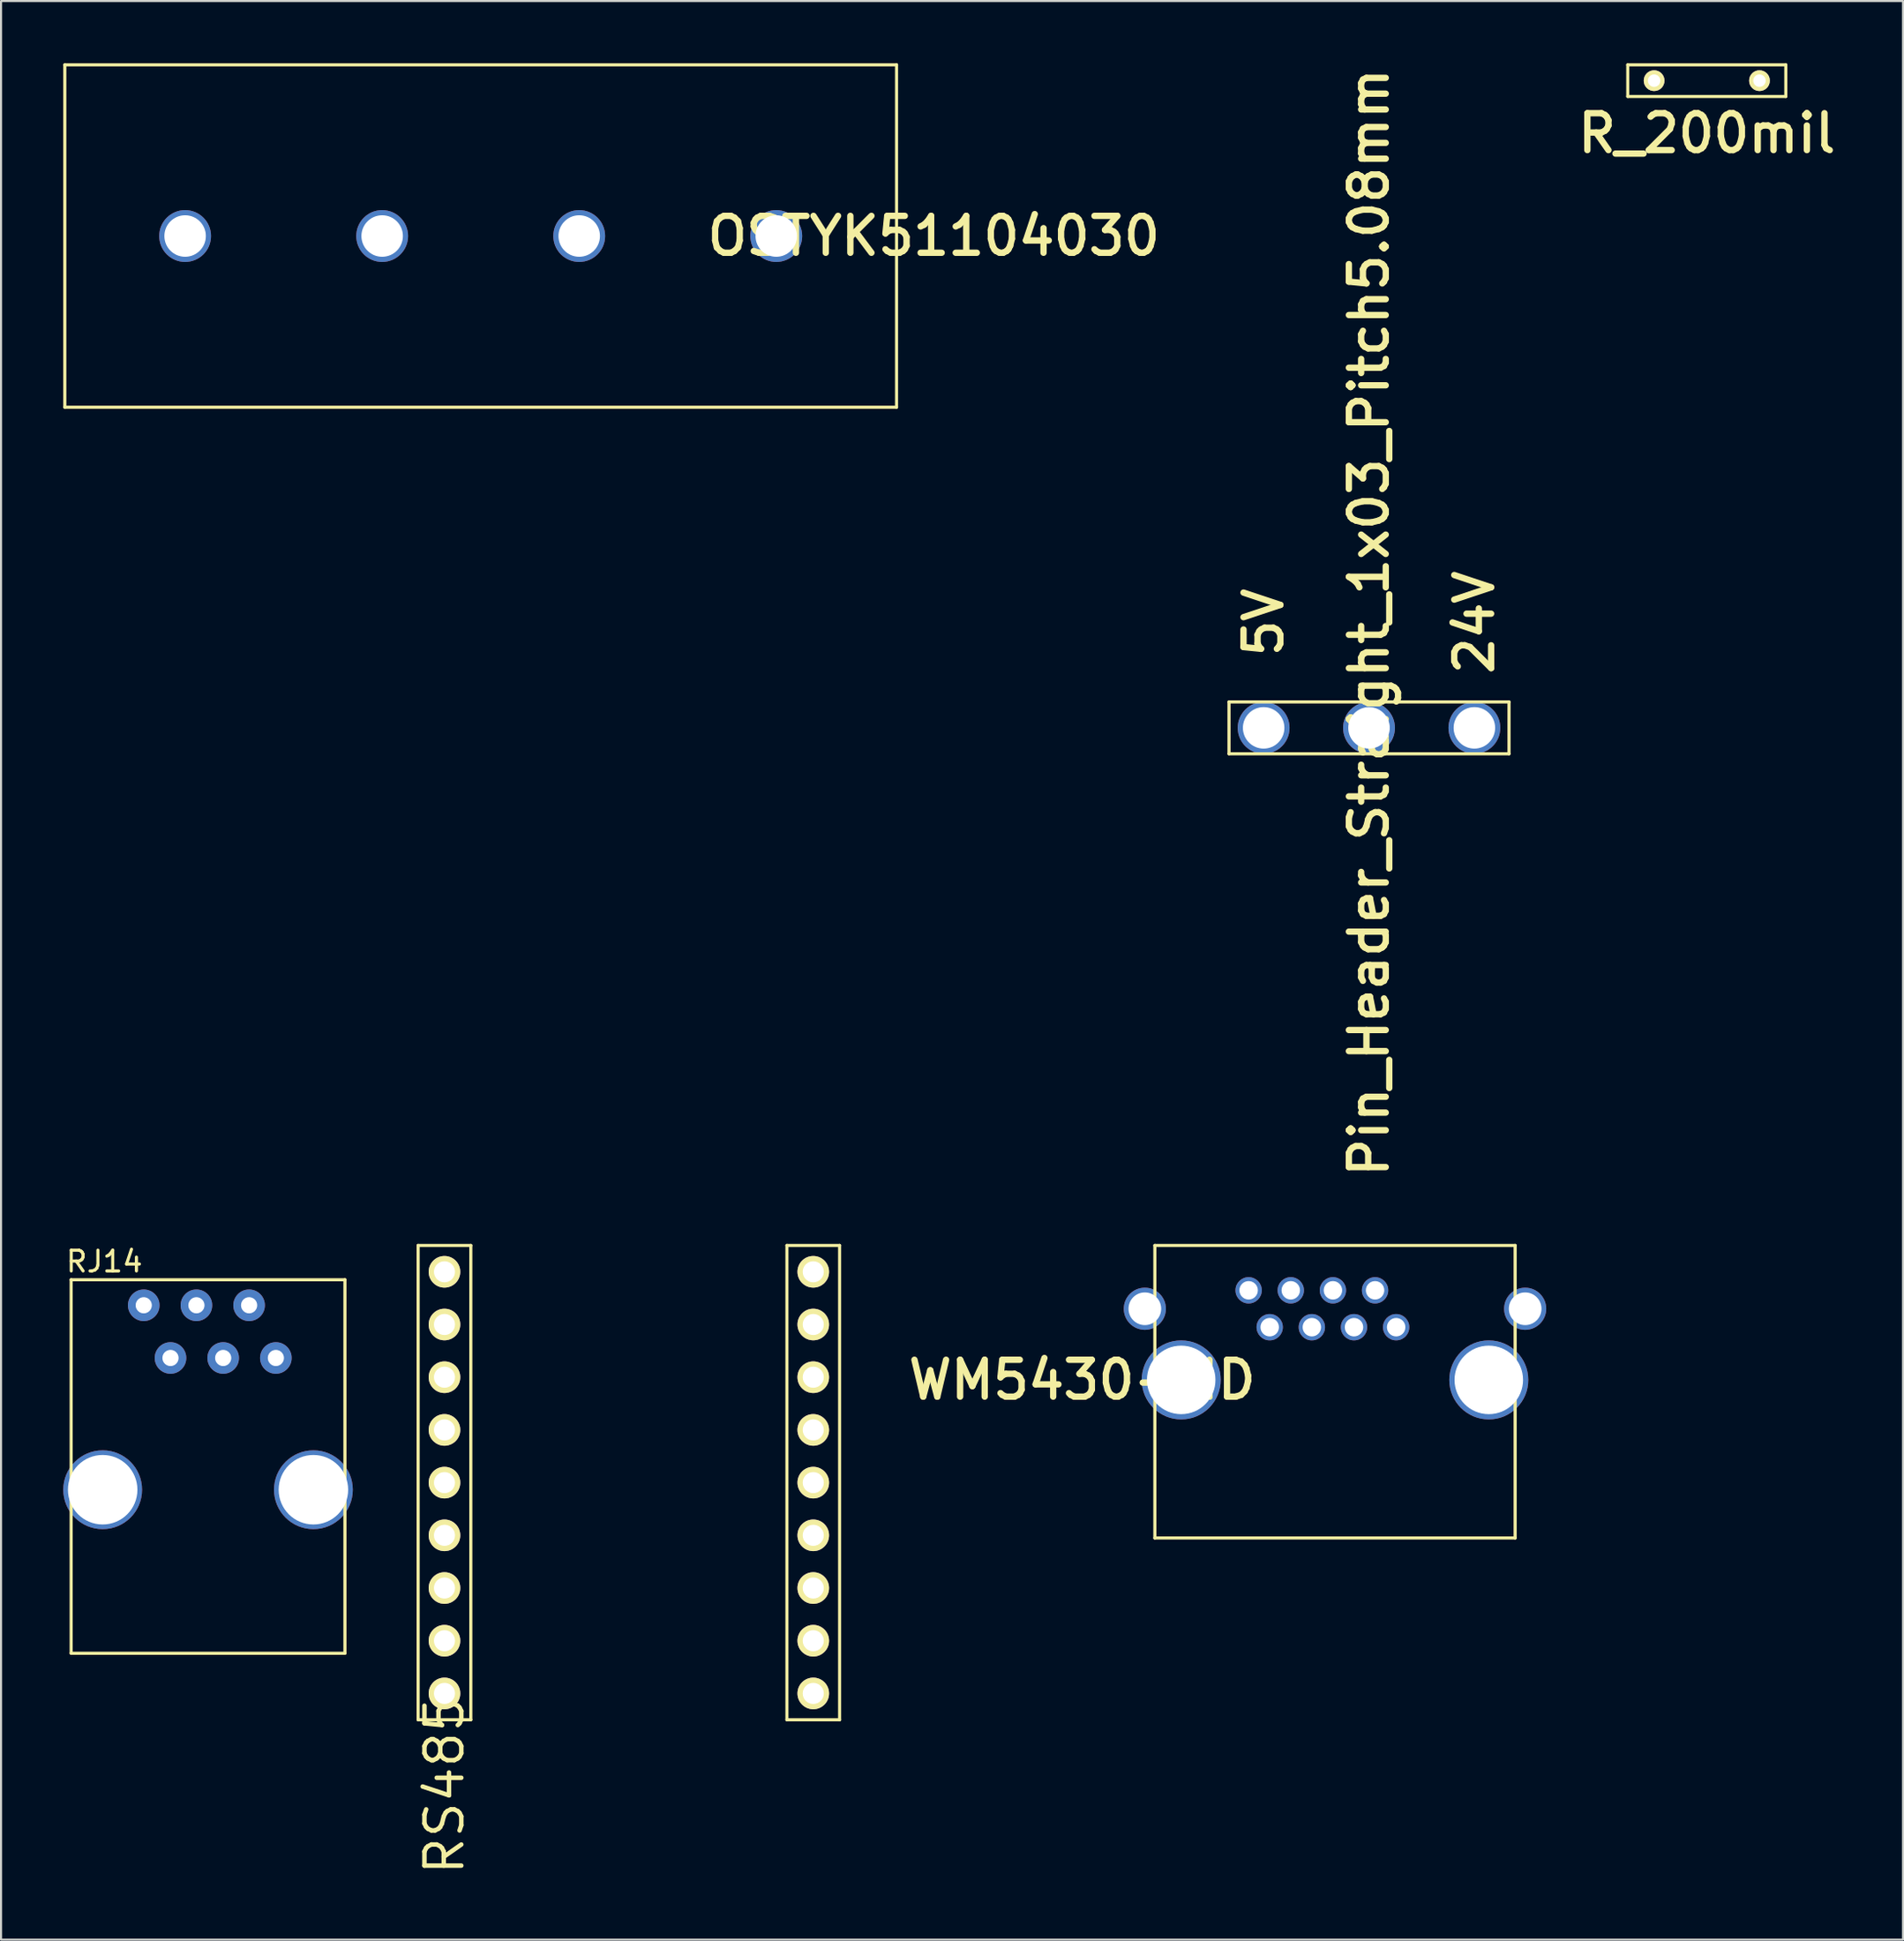
<source format=kicad_pcb>
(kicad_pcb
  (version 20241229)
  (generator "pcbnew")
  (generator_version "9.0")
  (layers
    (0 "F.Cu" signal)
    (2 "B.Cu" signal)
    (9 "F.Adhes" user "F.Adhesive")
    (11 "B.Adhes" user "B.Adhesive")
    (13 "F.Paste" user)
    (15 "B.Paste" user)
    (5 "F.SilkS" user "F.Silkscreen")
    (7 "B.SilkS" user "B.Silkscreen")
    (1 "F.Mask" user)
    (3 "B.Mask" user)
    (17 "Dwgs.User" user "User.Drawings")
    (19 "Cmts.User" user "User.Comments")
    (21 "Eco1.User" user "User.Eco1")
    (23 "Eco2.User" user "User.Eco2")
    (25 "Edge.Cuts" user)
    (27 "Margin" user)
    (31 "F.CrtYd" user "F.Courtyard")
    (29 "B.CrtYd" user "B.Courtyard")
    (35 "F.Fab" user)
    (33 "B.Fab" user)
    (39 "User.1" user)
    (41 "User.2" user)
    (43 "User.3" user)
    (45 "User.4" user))
  (footprint "RS485"
    (layer "F.Cu")
    (at 27.269 68.404)
    (property "Reference" "RS485" (at -8.89 14.605 90) (layer "F.SilkS") (effects (font (size 1.778 1.778) (thickness 0.216))))
    (attr through_hole)
    (fp_line (start -10.16 -11.43) (end -10.16 11.43) (stroke (width 0.15) (type solid)) (layer "F.SilkS"))
    (fp_line (start -10.16 11.43) (end -7.62 11.43) (stroke (width 0.15) (type solid)) (layer "F.SilkS"))
    (fp_line (start -7.62 -11.43) (end -10.16 -11.43) (stroke (width 0.15) (type solid)) (layer "F.SilkS"))
    (fp_line (start -7.62 11.43) (end -7.62 -11.43) (stroke (width 0.15) (type solid)) (layer "F.SilkS"))
    (fp_line (start 7.62 -11.43) (end 7.62 11.43) (stroke (width 0.15) (type solid)) (layer "F.SilkS"))
    (fp_line (start 7.62 11.43) (end 10.16 11.43) (stroke (width 0.15) (type solid)) (layer "F.SilkS"))
    (fp_line (start 10.16 -11.43) (end 7.62 -11.43) (stroke (width 0.15) (type solid)) (layer "F.SilkS"))
    (fp_line (start 10.16 11.43) (end 10.16 -11.43) (stroke (width 0.15) (type solid)) (layer "F.SilkS"))
    (pad "1" thru_hole circle (at -8.89 -10.16 270) (size 1.524 1.524) (drill 1.016) (layers "*.Cu" "*.Mask" "F.SilkS"))
    (pad "2" thru_hole circle (at 8.89 -10.16 270) (size 1.524 1.524) (drill 1.016) (layers "*.Cu" "*.Mask" "F.SilkS"))
    (pad "3" thru_hole circle (at -8.89 -7.62 270) (size 1.524 1.524) (drill 1.016) (layers "*.Cu" "*.Mask" "F.SilkS"))
    (pad "4" thru_hole circle (at 8.89 -7.62 270) (size 1.524 1.524) (drill 1.016) (layers "*.Cu" "*.Mask" "F.SilkS"))
    (pad "5" thru_hole circle (at -8.89 -5.08 270) (size 1.524 1.524) (drill 1.016) (layers "*.Cu" "*.Mask" "F.SilkS"))
    (pad "6" thru_hole circle (at 8.89 -5.08 270) (size 1.524 1.524) (drill 1.016) (layers "*.Cu" "*.Mask" "F.SilkS"))
    (pad "7" thru_hole circle (at -8.89 -2.54 270) (size 1.524 1.524) (drill 1.016) (layers "*.Cu" "*.Mask" "F.SilkS"))
    (pad "8" thru_hole circle (at 8.89 -2.54 270) (size 1.524 1.524) (drill 1.016) (layers "*.Cu" "*.Mask" "F.SilkS"))
    (pad "9" thru_hole circle (at -8.89 0 270) (size 1.524 1.524) (drill 1.016) (layers "*.Cu" "*.Mask" "F.SilkS"))
    (pad "10" thru_hole circle (at 8.89 0 270) (size 1.524 1.524) (drill 1.016) (layers "*.Cu" "*.Mask" "F.SilkS"))
    (pad "11" thru_hole circle (at -8.89 2.54 270) (size 1.524 1.524) (drill 1.016) (layers "*.Cu" "*.Mask" "F.SilkS"))
    (pad "12" thru_hole circle (at 8.89 2.54 270) (size 1.524 1.524) (drill 1.016) (layers "*.Cu" "*.Mask" "F.SilkS"))
    (pad "13" thru_hole circle (at -8.89 5.08 270) (size 1.524 1.524) (drill 1.016) (layers "*.Cu" "*.Mask" "F.SilkS"))
    (pad "14" thru_hole circle (at 8.89 5.08 270) (size 1.524 1.524) (drill 1.016) (layers "*.Cu" "*.Mask" "F.SilkS"))
    (pad "15" thru_hole circle (at -8.89 7.62 270) (size 1.524 1.524) (drill 1.016) (layers "*.Cu" "*.Mask" "F.SilkS"))
    (pad "16" thru_hole circle (at 8.89 7.62 270) (size 1.524 1.524) (drill 1.016) (layers "*.Cu" "*.Mask" "F.SilkS"))
    (pad "17" thru_hole circle (at -8.89 10.16 270) (size 1.524 1.524) (drill 1.016) (layers "*.Cu" "*.Mask" "F.SilkS"))
    (pad "18" thru_hole circle (at 8.89 10.16 270) (size 1.524 1.524) (drill 1.016) (layers "*.Cu" "*.Mask" "F.SilkS")))
  (footprint "Pin_Header_Straight_1x03_Pitch5.08mm"
    (layer "F.Cu")
    (at 62.953 32.029)
    (property "Reference" "Pin_Header_Straight_1x03_Pitch5.08mm" (at 0 -5.08 90) (layer "F.SilkS") (effects (font (size 1.778 1.778) (thickness 0.305))))
    (attr through_hole)
    (fp_line (start -6.75 -1.25) (end 6.75 -1.25) (stroke (width 0.15) (type solid)) (layer "F.SilkS"))
    (fp_line (start -6.75 1.25) (end -6.75 -1.25) (stroke (width 0.15) (type solid)) (layer "F.SilkS"))
    (fp_line (start 6.75 -1.25) (end 6.75 1.25) (stroke (width 0.15) (type solid)) (layer "F.SilkS"))
    (fp_line (start 6.75 1.25) (end -6.75 1.25) (stroke (width 0.15) (type solid)) (layer "F.SilkS"))
    (fp_text user "5V" (at -5.08 -5.08 90) (layer "F.SilkS") (effects (font (size 1.778 1.778) (thickness 0.305))))
    (fp_text user "24V" (at 5.08 -5.08 90) (layer "F.SilkS") (effects (font (size 1.778 1.778) (thickness 0.305))))
    (pad "1" thru_hole circle (at -5.08 0) (size 2.5 2.5) (drill 2) (layers "*.Cu" "*.Mask"))
    (pad "2" thru_hole circle (at 0 0) (size 2.5 2.5) (drill 2) (layers "*.Cu" "*.Mask"))
    (pad "3" thru_hole circle (at 5.08 0) (size 2.5 2.5) (drill 2) (layers "*.Cu" "*.Mask")))
  (footprint "OSTYK51104030"
    (layer "F.Cu")
    (at 20.125 8.325)
    (property "Reference" "OSTYK51104030" (at 21.844 0 0) (layer "F.SilkS") (effects (font (size 1.778 1.778) (thickness 0.305))))
    (attr through_hole)
    (fp_line (start -20.05 -8.25) (end -20.05 8.25) (stroke (width 0.15) (type solid)) (layer "F.SilkS"))
    (fp_line (start -20.05 -8.25) (end 20.05 -8.25) (stroke (width 0.15) (type solid)) (layer "F.SilkS"))
    (fp_line (start -20.05 8.25) (end 20.05 8.25) (stroke (width 0.15) (type solid)) (layer "F.SilkS"))
    (fp_line (start 20.05 -8.25) (end 20.05 8.25) (stroke (width 0.15) (type solid)) (layer "F.SilkS"))
    (pad "1" thru_hole circle (at -14.25 0) (size 2.5 2.5) (drill 2) (layers "*.Cu" "*.Mask"))
    (pad "2" thru_hole circle (at -4.75 0) (size 2.5 2.5) (drill 2) (layers "*.Cu" "*.Mask"))
    (pad "3" thru_hole circle (at 4.75 0) (size 2.5 2.5) (drill 2) (layers "*.Cu" "*.Mask"))
    (pad "4" thru_hole circle (at 14.25 0) (size 2.5 2.5) (drill 2) (layers "*.Cu" "*.Mask")))
  (footprint "WM5430-ND"
    (layer "F.Cu")
    (at 52.628 71.074)
    (property "Reference" "WM5430-ND" (at -3.505 -7.62 0) (layer "F.SilkS") (effects (font (size 1.778 1.778) (thickness 0.305))))
    (attr through_hole)
    (fp_line (start 0 -14.1) (end 0 0) (stroke (width 0.15) (type solid)) (layer "F.SilkS"))
    (fp_line (start 0 -14.1) (end 17.37 -14.1) (stroke (width 0.15) (type solid)) (layer "F.SilkS"))
    (fp_line (start 0 0) (end 17.37 0) (stroke (width 0.15) (type solid)) (layer "F.SilkS"))
    (fp_line (start 17.37 0) (end 17.37 -14.1) (stroke (width 0.15) (type solid)) (layer "F.SilkS"))
    (pad "" np_thru_hole circle (at -0.483 -11.049) (size 2.032 2.032) (drill 1.575) (layers "*.Cu" "*.Mask"))
    (pad "" np_thru_hole circle (at 1.27 -7.62) (size 3.81 3.81) (drill 3.302) (layers "*.Cu" "*.Mask"))
    (pad "" np_thru_hole circle (at 16.1 -7.62) (size 3.81 3.81) (drill 3.302) (layers "*.Cu" "*.Mask"))
    (pad "" np_thru_hole circle (at 17.853 -11.049) (size 2.032 2.032) (drill 1.575) (layers "*.Cu" "*.Mask"))
    (pad "1" thru_hole circle (at 11.633 -10.16) (size 1.27 1.27) (drill 0.889) (layers "*.Cu" "*.Mask"))
    (pad "2" thru_hole circle (at 9.601 -10.16) (size 1.27 1.27) (drill 0.889) (layers "*.Cu" "*.Mask"))
    (pad "3" thru_hole circle (at 7.569 -10.16) (size 1.27 1.27) (drill 0.889) (layers "*.Cu" "*.Mask"))
    (pad "4" thru_hole circle (at 5.537 -10.16) (size 1.27 1.27) (drill 0.889) (layers "*.Cu" "*.Mask"))
    (pad "5" thru_hole circle (at 10.617 -11.938) (size 1.27 1.27) (drill 0.889) (layers "*.Cu" "*.Mask"))
    (pad "6" thru_hole circle (at 8.585 -11.938) (size 1.27 1.27) (drill 0.889) (layers "*.Cu" "*.Mask"))
    (pad "7" thru_hole circle (at 6.553 -11.938) (size 1.27 1.27) (drill 0.889) (layers "*.Cu" "*.Mask"))
    (pad "8" thru_hole circle (at 4.521 -11.938) (size 1.27 1.27) (drill 0.889) (layers "*.Cu" "*.Mask")))
  (footprint "R_200mil"
    (layer "F.Cu")
    (at 79.238 0.837)
    (property "Reference" "R_200mil" (at 0 2.54 0) (layer "F.SilkS") (effects (font (size 1.778 1.778) (thickness 0.305))))
    (attr through_hole)
    (fp_line (start -3.81 -0.762) (end -3.81 0.762) (stroke (width 0.15) (type solid)) (layer "F.SilkS"))
    (fp_line (start -3.81 0.762) (end 3.81 0.762) (stroke (width 0.15) (type solid)) (layer "F.SilkS"))
    (fp_line (start 3.81 -0.762) (end -3.81 -0.762) (stroke (width 0.15) (type solid)) (layer "F.SilkS"))
    (fp_line (start 3.81 0.762) (end 3.81 -0.762) (stroke (width 0.15) (type solid)) (layer "F.SilkS"))
    (pad "1" thru_hole circle (at -2.54 0) (size 1 1) (drill 0.6) (layers "*.Cu" "*.Mask" "F.SilkS"))
    (pad "2" thru_hole circle (at 2.54 0) (size 1 1) (drill 0.6) (layers "*.Cu" "*.Mask" "F.SilkS")))
  (footprint "RJ14"
    (layer "F.Cu")
    (at 6.98 68.747)
    (property "Reference" "RJ14" (at -5 -11 0) (layer "F.SilkS") (effects (font (size 1 1) (thickness 0.15))))
    (attr through_hole)
    (fp_line (start -6.6 -10.12) (end -6.6 7.88) (stroke (width 0.15) (type solid)) (layer "F.SilkS"))
    (fp_line (start -6.6 -10.12) (end 6.6 -10.12) (stroke (width 0.15) (type solid)) (layer "F.SilkS"))
    (fp_line (start -6.6 7.88) (end 6.6 7.88) (stroke (width 0.15) (type solid)) (layer "F.SilkS"))
    (fp_line (start 6.6 -10.12) (end 6.6 7.88) (stroke (width 0.15) (type solid)) (layer "F.SilkS"))
    (pad "1" thru_hole circle (at -3.1 -8.89) (size 1.524 1.524) (drill 0.78) (layers "*.Cu" "*.Mask"))
    (pad "2" thru_hole circle (at -1.81 -6.35) (size 1.524 1.524) (drill 0.78) (layers "*.Cu" "*.Mask"))
    (pad "3" thru_hole circle (at -0.56 -8.89) (size 1.524 1.524) (drill 0.78) (layers "*.Cu" "*.Mask"))
    (pad "4" thru_hole circle (at 0.73 -6.35) (size 1.524 1.524) (drill 0.78) (layers "*.Cu" "*.Mask"))
    (pad "5" thru_hole circle (at 1.98 -8.89) (size 1.524 1.524) (drill 0.78) (layers "*.Cu" "*.Mask"))
    (pad "6" thru_hole circle (at 3.27 -6.35) (size 1.524 1.524) (drill 0.78) (layers "*.Cu" "*.Mask"))
    (pad "MECH" thru_hole circle (at -5.08 0) (size 3.8 3.8) (drill 3.35) (layers "*.Cu" "*.Mask"))
    (pad "MECH" thru_hole circle (at 5.08 0) (size 3.8 3.8) (drill 3.35) (layers "*.Cu" "*.Mask")))
  (gr_rect
    (start -3 -3)
    (end 88.698 90.431)
    (stroke (width 0.1) (type default))
    (fill no)
    (layer "Edge.Cuts")))
</source>
